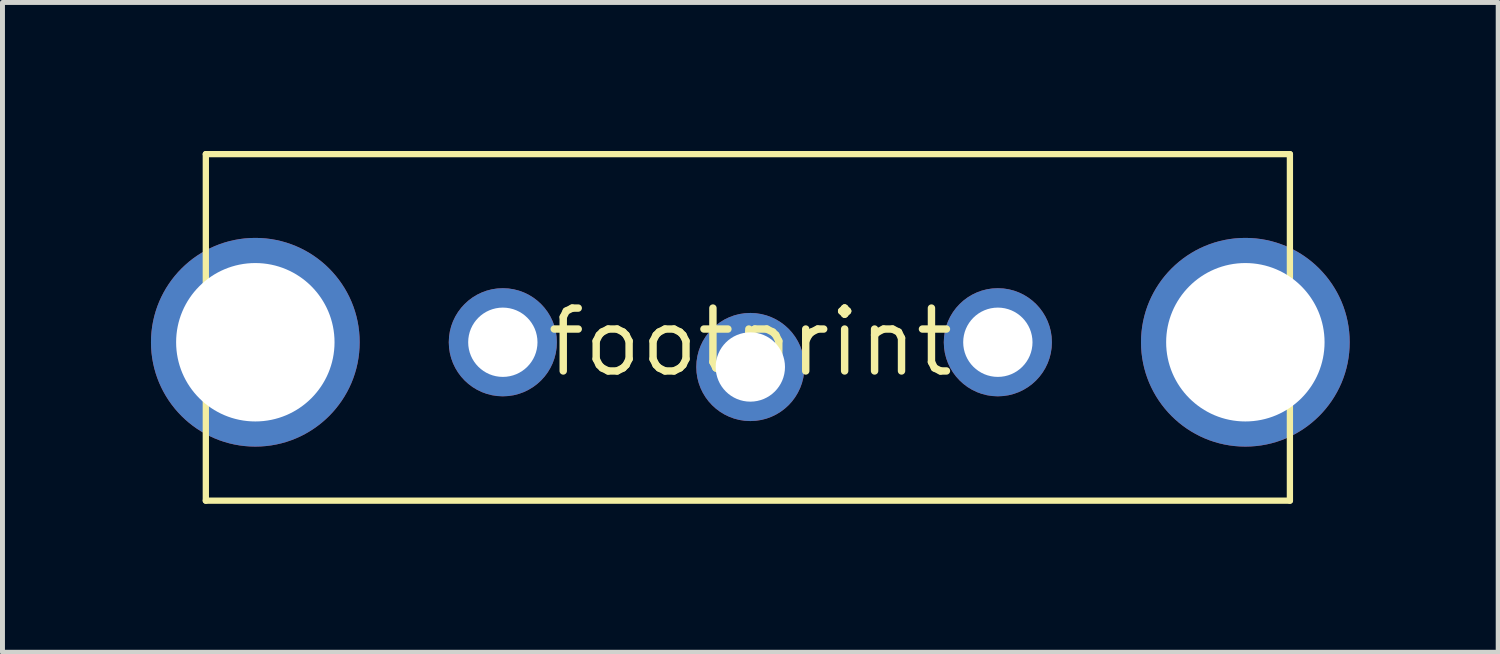
<source format=kicad_pcb>
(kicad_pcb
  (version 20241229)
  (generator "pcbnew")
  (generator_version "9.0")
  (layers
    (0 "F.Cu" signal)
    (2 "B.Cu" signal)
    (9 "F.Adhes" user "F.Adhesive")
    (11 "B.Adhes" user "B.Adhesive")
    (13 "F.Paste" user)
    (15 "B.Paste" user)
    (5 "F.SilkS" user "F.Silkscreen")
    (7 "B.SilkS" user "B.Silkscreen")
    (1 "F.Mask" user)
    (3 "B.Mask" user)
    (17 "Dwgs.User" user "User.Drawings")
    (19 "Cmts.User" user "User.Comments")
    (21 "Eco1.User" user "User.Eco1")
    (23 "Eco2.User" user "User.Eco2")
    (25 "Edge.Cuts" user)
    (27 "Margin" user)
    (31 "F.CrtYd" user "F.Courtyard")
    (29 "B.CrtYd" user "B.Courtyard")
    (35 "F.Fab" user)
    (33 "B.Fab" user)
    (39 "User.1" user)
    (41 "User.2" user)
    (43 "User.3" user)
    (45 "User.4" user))
  (footprint "footprint"
    (layer "F.Cu")
    (at 12.108 3.864)
    (property "Reference" "footprint" (at 0 0 0) (layer "F.SilkS") (effects (font (size 1.27 1.27) (thickness 0.15))))
    (fp_line (start -11 -3.8) (end -11 3.2) (stroke (width 0.127) (type solid)) (layer "F.SilkS"))
    (fp_line (start -11 -3.8) (end 10.9 -3.8) (stroke (width 0.127) (type solid)) (layer "F.SilkS"))
    (fp_line (start -11 3.2) (end 10.9 3.2) (stroke (width 0.127) (type solid)) (layer "F.SilkS"))
    (fp_line (start 10.9 -3.8) (end 10.9 3.2) (stroke (width 0.127) (type solid)) (layer "F.SilkS"))
    (pad "A" thru_hole circle (at -5 0) (size 2.184 2.184) (drill 1.4) (layers "*.Cu" "*.Mask"))
    (pad "E" thru_hole circle (at 5 0) (size 2.184 2.184) (drill 1.4) (layers "*.Cu" "*.Mask"))
    (pad "S" thru_hole circle (at 0 0.5) (size 2.184 2.184) (drill 1.4) (layers "*.Cu" "*.Mask"))
    (pad "SW1" thru_hole circle (at -10 0) (size 4.216 4.216) (drill 3.2) (layers "*.Cu" "*.Mask"))
    (pad "SW2" thru_hole circle (at 10 0) (size 4.216 4.216) (drill 3.2) (layers "*.Cu" "*.Mask")))
  (gr_rect
    (start -3 -3)
    (end 27.216 10.127)
    (stroke (width 0.1) (type default))
    (fill no)
    (layer "Edge.Cuts")))
</source>
